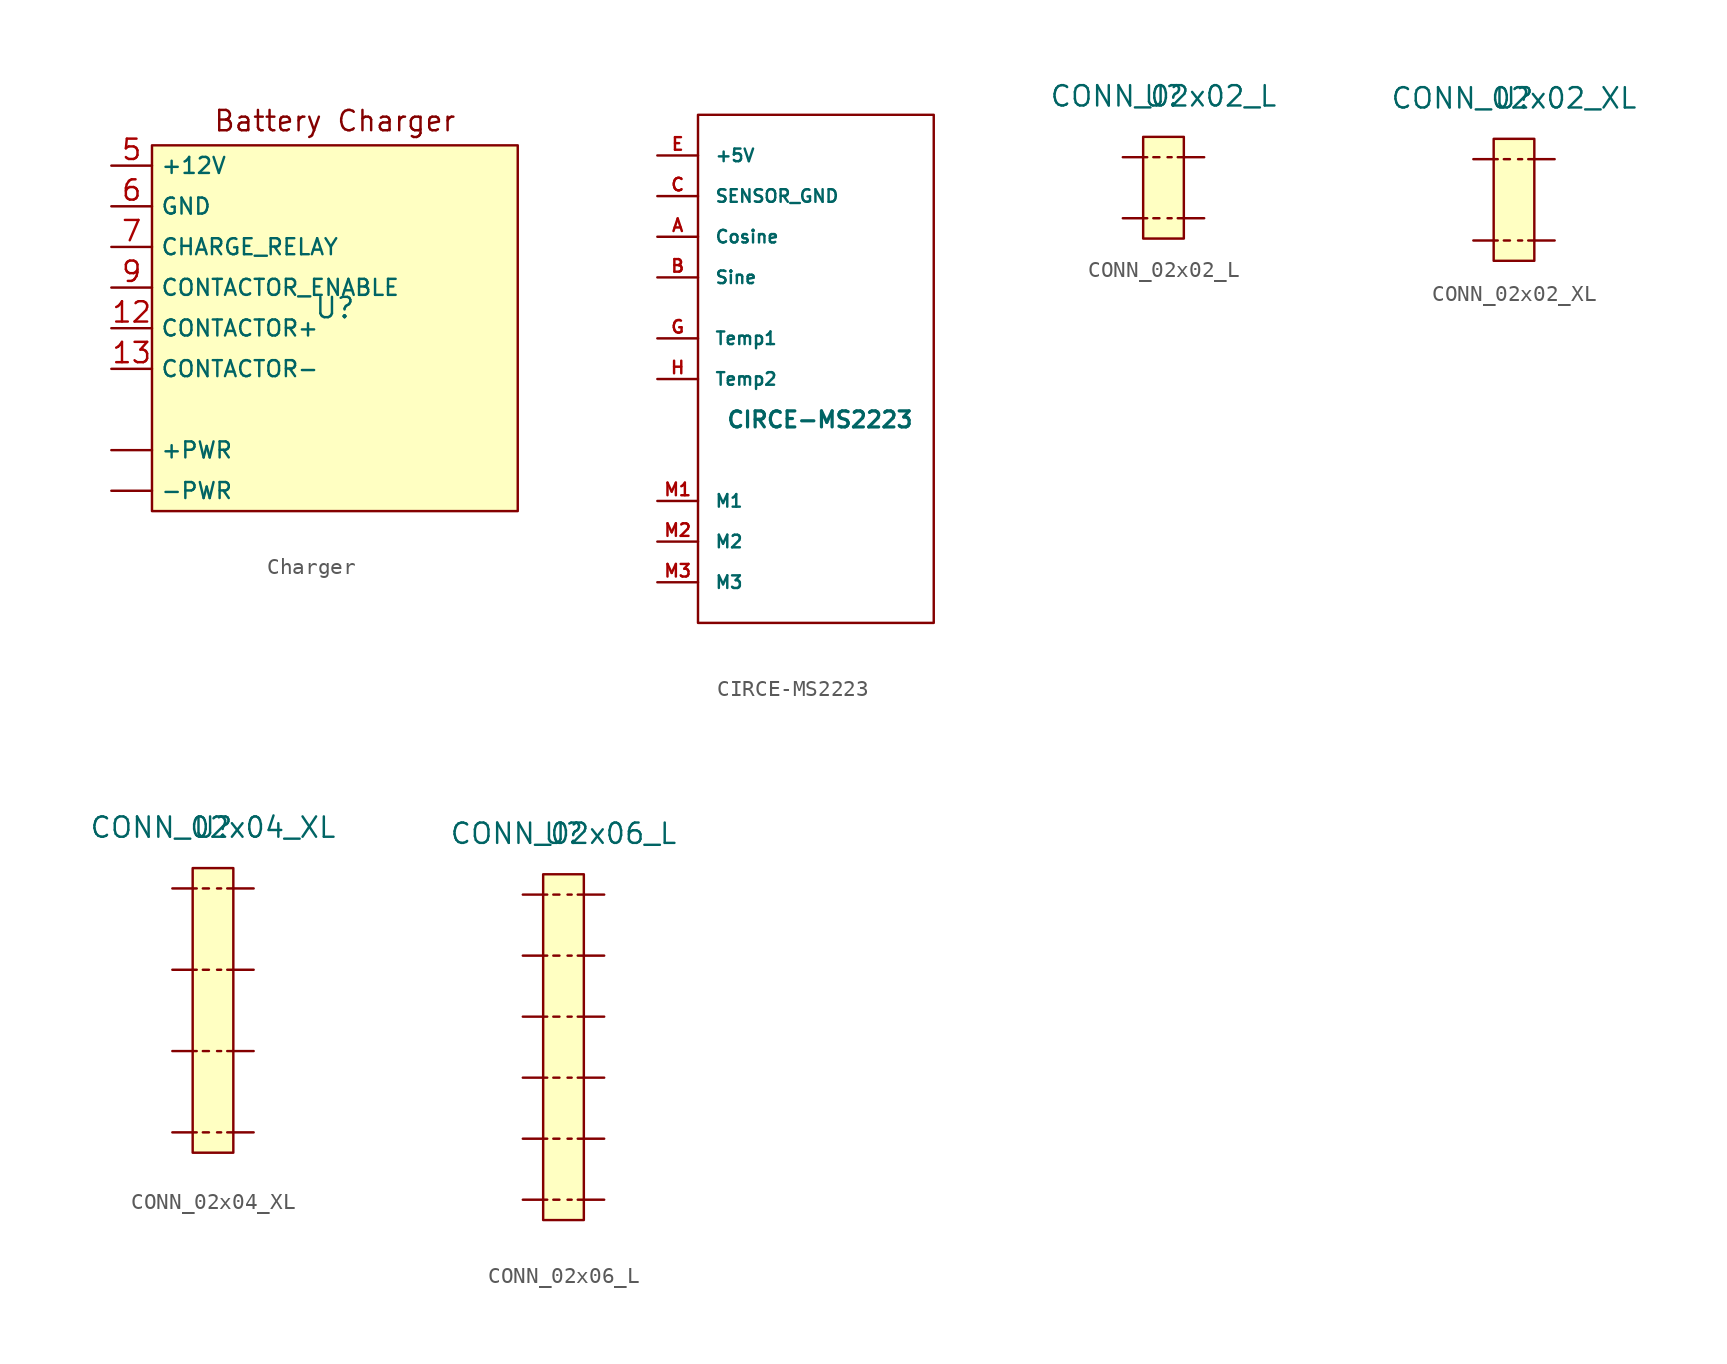
<source format=kicad_sym>
(kicad_symbol_lib
  (version 20231120)
  (generator "kicad_symbol_editor")
  (generator_version "8.0")
  (symbol "Charger"
    (property "Reference" "U"
      (at 0 0 0)
      (effects (font (size 1.27 1.27))))
    (property "Value" ""
      (at 0 0 0)
      (effects (font (size 1.27 1.27))))
    (symbol "Charger_1_1"
      (rectangle (start -11.43 10.16) (end 11.43 -12.7) (stroke (width 0) (type default)) (fill (type background)))
      (text "Battery Charger" (at 0 11.684 0) (effects (font (size 1.27 1.27))))
      (pin input line (at -13.97 -8.89 0) (length 2.54) (name "+PWR" (effects (font (size 1 1)))) (number "" (effects (font (size 1.27 1.27)))))
      (pin input line (at -13.97 -11.43 0) (length 2.54) (name "-PWR" (effects (font (size 1 1)))) (number "" (effects (font (size 1.27 1.27)))))
      (pin input line (at -13.97 -1.27 0) (length 2.54) (name "CONTACTOR+" (effects (font (size 1 1)))) (number "12" (effects (font (size 1.27 1.27)))))
      (pin input line (at -13.97 -3.81 0) (length 2.54) (name "CONTACTOR-" (effects (font (size 1 1)))) (number "13" (effects (font (size 1.27 1.27)))))
      (pin input line (at -13.97 8.89 0) (length 2.54) (name "+12V" (effects (font (size 1 1)))) (number "5" (effects (font (size 1.27 1.27)))))
      (pin input line (at -13.97 6.35 0) (length 2.54) (name "GND" (effects (font (size 1 1)))) (number "6" (effects (font (size 1.27 1.27)))))
      (pin input line (at -13.97 3.81 0) (length 2.54) (name "CHARGE_RELAY" (effects (font (size 1 1)))) (number "7" (effects (font (size 1.27 1.27)))))
      (pin input line (at -13.97 1.27 0) (length 2.54) (name "CONTACTOR_ENABLE" (effects (font (size 1 1)))) (number "9" (effects (font (size 1.27 1.27)))))))
  (symbol "CIRCE-MS2223"
    (pin_names
      (offset 1.016))
    (property "Reference" "E"
      (at 0 -1.27 0)
      (effects (font (size 1.27 1.27)) (hide yes)))
    (property "Value" "CIRCE-MS2223"
      (at 0 1.27 0)
      (effects (font (size 1 1) (bold yes))))
    (symbol "CIRCE-MS2223_0_1"
      (rectangle (start -7.62 20.32) (end 7.112 -11.43) (stroke (width 0) (type default)) (fill (type none))))
    (symbol "CIRCE-MS2223_1_1"
      (pin input line (at -10.16 12.7 0) (length 2.54) (name "Cosine" (effects (font (size 0.787 0.787)))) (number "A" (effects (font (size 0.787 0.787)))))
      (pin input line (at -10.16 10.16 0) (length 2.54) (name "Sine" (effects (font (size 0.787 0.787)))) (number "B" (effects (font (size 0.787 0.787)))))
      (pin input line (at -10.16 15.24 0) (length 2.54) (name "SENSOR_GND" (effects (font (size 0.787 0.787)))) (number "C" (effects (font (size 0.787 0.787)))))
      (pin input line (at -10.16 17.78 0) (length 2.54) (name "+5V" (effects (font (size 0.787 0.787)))) (number "E" (effects (font (size 0.787 0.787)))))
      (pin input line (at -10.16 6.35 0) (length 2.54) (name "Temp1" (effects (font (size 0.787 0.787)))) (number "G" (effects (font (size 0.787 0.787)))))
      (pin input line (at -10.16 3.81 0) (length 2.54) (name "Temp2" (effects (font (size 0.787 0.787)))) (number "H" (effects (font (size 0.787 0.787)))))
      (pin input line (at -10.16 -3.81 0) (length 2.54) (name "M1" (effects (font (size 0.787 0.787)))) (number "M1" (effects (font (size 0.787 0.787)))))
      (pin input line (at -10.16 -6.35 0) (length 2.54) (name "M2" (effects (font (size 0.787 0.787)))) (number "M2" (effects (font (size 0.787 0.787)))))
      (pin input line (at -10.16 -8.89 0) (length 2.54) (name "M3" (effects (font (size 0.787 0.787)))) (number "M3" (effects (font (size 0.787 0.787)))))))
  (symbol "CONN_02x02_L"
    (property "Reference" "U"
      (at 0 0 0)
      (effects (font (size 1.27 1.27))))
    (property "Value" "CONN_02x02_L"
      (at 0 0 0)
      (effects (font (size 1.27 1.27))))
    (symbol "CONN_02x02_L_0_1"
      (rectangle (start -1.27 -2.54) (end 1.27 -8.89) (stroke (width 0) (type default)) (fill (type background)))
      (polyline (pts (xy -1.27 -7.62) (xy -1.016 -7.62)) (stroke (width 0) (type default)) (fill (type none)))
      (polyline (pts (xy -1.27 -3.81) (xy -1.016 -3.81)) (stroke (width 0) (type default)) (fill (type none)))
      (polyline (pts (xy -0.635 -7.62) (xy -0.254 -7.62)) (stroke (width 0) (type default)) (fill (type none)))
      (polyline (pts (xy -0.635 -3.81) (xy -0.254 -3.81)) (stroke (width 0) (type default)) (fill (type none)))
      (polyline (pts (xy 0.254 -7.62) (xy 0.508 -7.62)) (stroke (width 0) (type default)) (fill (type none)))
      (polyline (pts (xy 0.254 -3.81) (xy 0.508 -3.81)) (stroke (width 0) (type default)) (fill (type none)))
      (polyline (pts (xy 0.889 -7.62) (xy 1.27 -7.62)) (stroke (width 0) (type default)) (fill (type none)))
      (polyline (pts (xy 0.889 -3.81) (xy 1.27 -3.81)) (stroke (width 0) (type default)) (fill (type none))))
    (symbol "CONN_02x02_L_1_1"
      (pin input line (at -2.54 -7.62 0) (length 1.27) (name "" (effects (font (size 1.27 1.27)))) (number "" (effects (font (size 1.27 1.27)))))
      (pin input line (at -2.54 -3.81 0) (length 1.27) (name "" (effects (font (size 1.27 1.27)))) (number "" (effects (font (size 1.27 1.27)))))
      (pin input line (at 2.54 -7.62 180) (length 1.27) (name "" (effects (font (size 1.27 1.27)))) (number "" (effects (font (size 1.27 1.27)))))
      (pin input line (at 2.54 -3.81 180) (length 1.27) (name "" (effects (font (size 1.27 1.27)))) (number "" (effects (font (size 1.27 1.27)))))))
  (symbol "CONN_02x02_XL"
    (property "Reference" "U"
      (at 0 0 0)
      (effects (font (size 1.27 1.27))))
    (property "Value" "CONN_02x02_XL"
      (at 0 0 0)
      (effects (font (size 1.27 1.27))))
    (symbol "CONN_02x02_XL_0_1"
      (rectangle (start -1.27 -2.54) (end 1.27 -10.16) (stroke (width 0) (type default)) (fill (type background)))
      (polyline (pts (xy -1.27 -8.89) (xy -1.016 -8.89)) (stroke (width 0) (type default)) (fill (type none)))
      (polyline (pts (xy -1.27 -3.81) (xy -1.016 -3.81)) (stroke (width 0) (type default)) (fill (type none)))
      (polyline (pts (xy -0.635 -8.89) (xy -0.254 -8.89)) (stroke (width 0) (type default)) (fill (type none)))
      (polyline (pts (xy -0.635 -3.81) (xy -0.254 -3.81)) (stroke (width 0) (type default)) (fill (type none)))
      (polyline (pts (xy 0.254 -8.89) (xy 0.508 -8.89)) (stroke (width 0) (type default)) (fill (type none)))
      (polyline (pts (xy 0.254 -3.81) (xy 0.508 -3.81)) (stroke (width 0) (type default)) (fill (type none)))
      (polyline (pts (xy 0.889 -8.89) (xy 1.27 -8.89)) (stroke (width 0) (type default)) (fill (type none)))
      (polyline (pts (xy 0.889 -3.81) (xy 1.27 -3.81)) (stroke (width 0) (type default)) (fill (type none))))
    (symbol "CONN_02x02_XL_1_1"
      (pin input line (at -2.54 -8.89 0) (length 1.27) (name "" (effects (font (size 1.27 1.27)))) (number "" (effects (font (size 1.27 1.27)))))
      (pin input line (at -2.54 -3.81 0) (length 1.27) (name "" (effects (font (size 1.27 1.27)))) (number "" (effects (font (size 1.27 1.27)))))
      (pin input line (at 2.54 -8.89 180) (length 1.27) (name "" (effects (font (size 1.27 1.27)))) (number "" (effects (font (size 1.27 1.27)))))
      (pin input line (at 2.54 -3.81 180) (length 1.27) (name "" (effects (font (size 1.27 1.27)))) (number "" (effects (font (size 1.27 1.27)))))))
  (symbol "CONN_02x04_XL"
    (property "Reference" "U"
      (at 0 0 0)
      (effects (font (size 1.27 1.27))))
    (property "Value" "CONN_02x04_XL"
      (at 0 0 0)
      (effects (font (size 1.27 1.27))))
    (symbol "CONN_02x04_XL_0_1"
      (rectangle (start -1.27 -2.54) (end 1.27 -20.32) (stroke (width 0) (type default)) (fill (type background)))
      (polyline (pts (xy -1.27 -19.05) (xy -1.016 -19.05)) (stroke (width 0) (type default)) (fill (type none)))
      (polyline (pts (xy -1.27 -13.97) (xy -1.016 -13.97)) (stroke (width 0) (type default)) (fill (type none)))
      (polyline (pts (xy -1.27 -8.89) (xy -1.016 -8.89)) (stroke (width 0) (type default)) (fill (type none)))
      (polyline (pts (xy -1.27 -3.81) (xy -1.016 -3.81)) (stroke (width 0) (type default)) (fill (type none)))
      (polyline (pts (xy -0.635 -19.05) (xy -0.254 -19.05)) (stroke (width 0) (type default)) (fill (type none)))
      (polyline (pts (xy -0.635 -13.97) (xy -0.254 -13.97)) (stroke (width 0) (type default)) (fill (type none)))
      (polyline (pts (xy -0.635 -8.89) (xy -0.254 -8.89)) (stroke (width 0) (type default)) (fill (type none)))
      (polyline (pts (xy -0.635 -3.81) (xy -0.254 -3.81)) (stroke (width 0) (type default)) (fill (type none)))
      (polyline (pts (xy 0.254 -19.05) (xy 0.508 -19.05)) (stroke (width 0) (type default)) (fill (type none)))
      (polyline (pts (xy 0.254 -13.97) (xy 0.508 -13.97)) (stroke (width 0) (type default)) (fill (type none)))
      (polyline (pts (xy 0.254 -8.89) (xy 0.508 -8.89)) (stroke (width 0) (type default)) (fill (type none)))
      (polyline (pts (xy 0.254 -3.81) (xy 0.508 -3.81)) (stroke (width 0) (type default)) (fill (type none)))
      (polyline (pts (xy 0.889 -19.05) (xy 1.27 -19.05)) (stroke (width 0) (type default)) (fill (type none)))
      (polyline (pts (xy 0.889 -13.97) (xy 1.27 -13.97)) (stroke (width 0) (type default)) (fill (type none)))
      (polyline (pts (xy 0.889 -8.89) (xy 1.27 -8.89)) (stroke (width 0) (type default)) (fill (type none)))
      (polyline (pts (xy 0.889 -3.81) (xy 1.27 -3.81)) (stroke (width 0) (type default)) (fill (type none))))
    (symbol "CONN_02x04_XL_1_1"
      (pin input line (at -2.54 -19.05 0) (length 1.27) (name "" (effects (font (size 1.27 1.27)))) (number "" (effects (font (size 1.27 1.27)))))
      (pin input line (at -2.54 -13.97 0) (length 1.27) (name "" (effects (font (size 1.27 1.27)))) (number "" (effects (font (size 1.27 1.27)))))
      (pin input line (at -2.54 -8.89 0) (length 1.27) (name "" (effects (font (size 1.27 1.27)))) (number "" (effects (font (size 1.27 1.27)))))
      (pin input line (at -2.54 -3.81 0) (length 1.27) (name "" (effects (font (size 1.27 1.27)))) (number "" (effects (font (size 1.27 1.27)))))
      (pin input line (at 2.54 -19.05 180) (length 1.27) (name "" (effects (font (size 1.27 1.27)))) (number "" (effects (font (size 1.27 1.27)))))
      (pin input line (at 2.54 -13.97 180) (length 1.27) (name "" (effects (font (size 1.27 1.27)))) (number "" (effects (font (size 1.27 1.27)))))
      (pin input line (at 2.54 -8.89 180) (length 1.27) (name "" (effects (font (size 1.27 1.27)))) (number "" (effects (font (size 1.27 1.27)))))
      (pin input line (at 2.54 -3.81 180) (length 1.27) (name "" (effects (font (size 1.27 1.27)))) (number "" (effects (font (size 1.27 1.27)))))))
  (symbol "CONN_02x06_L"
    (property "Reference" "U"
      (at 0 0 0)
      (effects (font (size 1.27 1.27))))
    (property "Value" "CONN_02x06_L"
      (at 0 0 0)
      (effects (font (size 1.27 1.27))))
    (symbol "CONN_02x06_L_0_1"
      (rectangle (start -1.27 -2.54) (end 1.27 -24.13) (stroke (width 0) (type default)) (fill (type background)))
      (polyline (pts (xy -1.27 -22.86) (xy -1.016 -22.86)) (stroke (width 0) (type default)) (fill (type none)))
      (polyline (pts (xy -1.27 -19.05) (xy -1.016 -19.05)) (stroke (width 0) (type default)) (fill (type none)))
      (polyline (pts (xy -1.27 -15.24) (xy -1.016 -15.24)) (stroke (width 0) (type default)) (fill (type none)))
      (polyline (pts (xy -1.27 -11.43) (xy -1.016 -11.43)) (stroke (width 0) (type default)) (fill (type none)))
      (polyline (pts (xy -1.27 -7.62) (xy -1.016 -7.62)) (stroke (width 0) (type default)) (fill (type none)))
      (polyline (pts (xy -1.27 -3.81) (xy -1.016 -3.81)) (stroke (width 0) (type default)) (fill (type none)))
      (polyline (pts (xy -0.635 -22.86) (xy -0.254 -22.86)) (stroke (width 0) (type default)) (fill (type none)))
      (polyline (pts (xy -0.635 -19.05) (xy -0.254 -19.05)) (stroke (width 0) (type default)) (fill (type none)))
      (polyline (pts (xy -0.635 -15.24) (xy -0.254 -15.24)) (stroke (width 0) (type default)) (fill (type none)))
      (polyline (pts (xy -0.635 -11.43) (xy -0.254 -11.43)) (stroke (width 0) (type default)) (fill (type none)))
      (polyline (pts (xy -0.635 -7.62) (xy -0.254 -7.62)) (stroke (width 0) (type default)) (fill (type none)))
      (polyline (pts (xy -0.635 -3.81) (xy -0.254 -3.81)) (stroke (width 0) (type default)) (fill (type none)))
      (polyline (pts (xy 0.254 -22.86) (xy 0.508 -22.86)) (stroke (width 0) (type default)) (fill (type none)))
      (polyline (pts (xy 0.254 -19.05) (xy 0.508 -19.05)) (stroke (width 0) (type default)) (fill (type none)))
      (polyline (pts (xy 0.254 -15.24) (xy 0.508 -15.24)) (stroke (width 0) (type default)) (fill (type none)))
      (polyline (pts (xy 0.254 -11.43) (xy 0.508 -11.43)) (stroke (width 0) (type default)) (fill (type none)))
      (polyline (pts (xy 0.254 -7.62) (xy 0.508 -7.62)) (stroke (width 0) (type default)) (fill (type none)))
      (polyline (pts (xy 0.254 -3.81) (xy 0.508 -3.81)) (stroke (width 0) (type default)) (fill (type none)))
      (polyline (pts (xy 0.889 -22.86) (xy 1.27 -22.86)) (stroke (width 0) (type default)) (fill (type none)))
      (polyline (pts (xy 0.889 -19.05) (xy 1.27 -19.05)) (stroke (width 0) (type default)) (fill (type none)))
      (polyline (pts (xy 0.889 -15.24) (xy 1.27 -15.24)) (stroke (width 0) (type default)) (fill (type none)))
      (polyline (pts (xy 0.889 -11.43) (xy 1.27 -11.43)) (stroke (width 0) (type default)) (fill (type none)))
      (polyline (pts (xy 0.889 -7.62) (xy 1.27 -7.62)) (stroke (width 0) (type default)) (fill (type none)))
      (polyline (pts (xy 0.889 -3.81) (xy 1.27 -3.81)) (stroke (width 0) (type default)) (fill (type none))))
    (symbol "CONN_02x06_L_1_1"
      (pin input line (at -2.54 -22.86 0) (length 1.27) (name "" (effects (font (size 1.27 1.27)))) (number "" (effects (font (size 1.27 1.27)))))
      (pin input line (at -2.54 -19.05 0) (length 1.27) (name "" (effects (font (size 1.27 1.27)))) (number "" (effects (font (size 1.27 1.27)))))
      (pin input line (at -2.54 -15.24 0) (length 1.27) (name "" (effects (font (size 1.27 1.27)))) (number "" (effects (font (size 1.27 1.27)))))
      (pin input line (at -2.54 -11.43 0) (length 1.27) (name "" (effects (font (size 1.27 1.27)))) (number "" (effects (font (size 1.27 1.27)))))
      (pin input line (at -2.54 -7.62 0) (length 1.27) (name "" (effects (font (size 1.27 1.27)))) (number "" (effects (font (size 1.27 1.27)))))
      (pin input line (at -2.54 -3.81 0) (length 1.27) (name "" (effects (font (size 1.27 1.27)))) (number "" (effects (font (size 1.27 1.27)))))
      (pin input line (at 2.54 -22.86 180) (length 1.27) (name "" (effects (font (size 1.27 1.27)))) (number "" (effects (font (size 1.27 1.27)))))
      (pin input line (at 2.54 -19.05 180) (length 1.27) (name "" (effects (font (size 1.27 1.27)))) (number "" (effects (font (size 1.27 1.27)))))
      (pin input line (at 2.54 -15.24 180) (length 1.27) (name "" (effects (font (size 1.27 1.27)))) (number "" (effects (font (size 1.27 1.27)))))
      (pin input line (at 2.54 -11.43 180) (length 1.27) (name "" (effects (font (size 1.27 1.27)))) (number "" (effects (font (size 1.27 1.27)))))
      (pin input line (at 2.54 -7.62 180) (length 1.27) (name "" (effects (font (size 1.27 1.27)))) (number "" (effects (font (size 1.27 1.27)))))
      (pin input line (at 2.54 -3.81 180) (length 1.27) (name "" (effects (font (size 1.27 1.27)))) (number "" (effects (font (size 1.27 1.27))))))))
</source>
